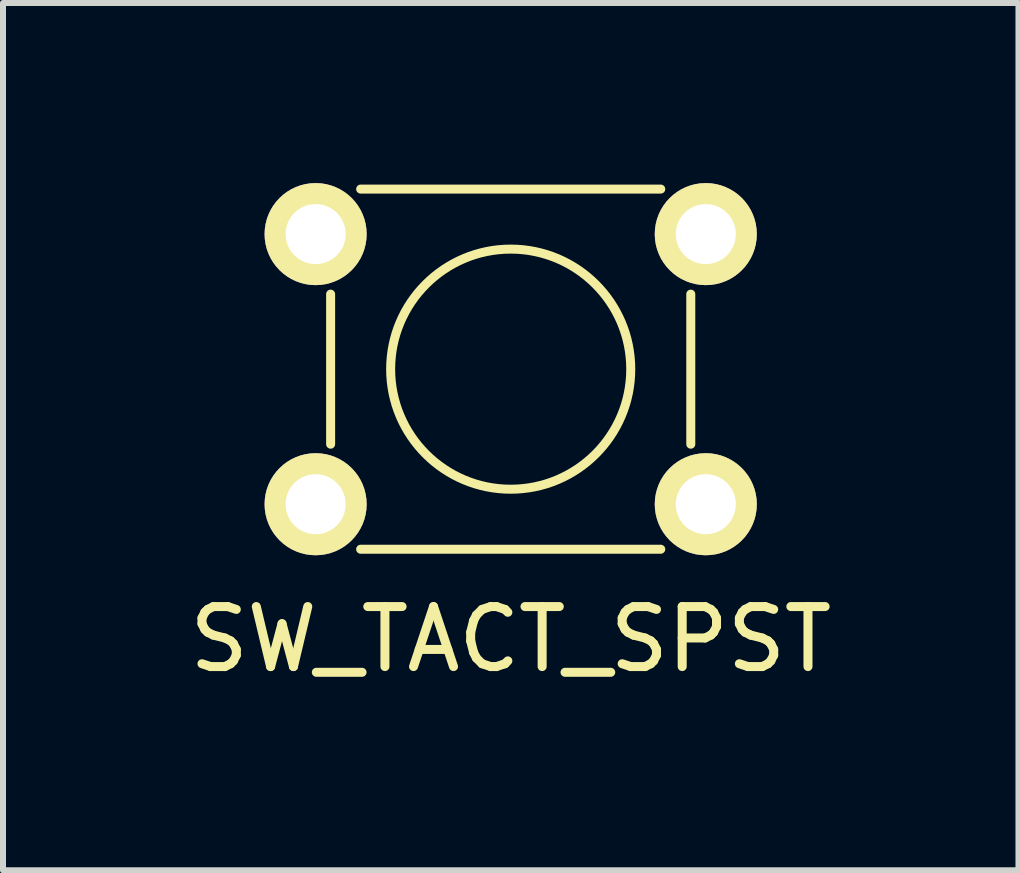
<source format=kicad_pcb>
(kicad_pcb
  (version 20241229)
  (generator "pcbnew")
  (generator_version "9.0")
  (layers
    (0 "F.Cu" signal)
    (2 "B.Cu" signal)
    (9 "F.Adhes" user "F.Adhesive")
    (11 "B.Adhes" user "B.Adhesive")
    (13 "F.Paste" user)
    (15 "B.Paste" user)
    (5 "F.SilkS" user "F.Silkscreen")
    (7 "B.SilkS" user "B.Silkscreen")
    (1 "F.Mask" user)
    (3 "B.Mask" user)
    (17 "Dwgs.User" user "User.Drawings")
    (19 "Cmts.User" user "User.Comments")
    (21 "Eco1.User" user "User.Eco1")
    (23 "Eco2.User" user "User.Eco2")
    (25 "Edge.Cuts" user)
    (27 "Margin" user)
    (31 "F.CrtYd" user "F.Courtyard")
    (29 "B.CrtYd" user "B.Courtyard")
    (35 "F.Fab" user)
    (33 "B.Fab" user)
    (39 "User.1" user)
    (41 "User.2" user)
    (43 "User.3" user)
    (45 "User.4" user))
  (footprint "SW_TACT_SPST"
    (layer "F.Cu")
    (at 5.458 3.1)
    (property "Reference" "SW_TACT_SPST" (at 0 4.5 0) (layer "F.SilkS") (effects (font (size 1 1) (thickness 0.15))))
    (attr through_hole)
    (fp_line (start -3 -1.25) (end -3 1.25) (stroke (width 0.15) (type solid)) (layer "F.SilkS"))
    (fp_line (start -2.5 -3) (end 2.5 -3) (stroke (width 0.15) (type solid)) (layer "F.SilkS"))
    (fp_line (start -2.5 3) (end 2.5 3) (stroke (width 0.15) (type solid)) (layer "F.SilkS"))
    (fp_line (start 3 1.25) (end 3 -1.25) (stroke (width 0.15) (type solid)) (layer "F.SilkS"))
    (fp_circle (center 0 0) (end 0 -2) (stroke (width 0.15) (type solid)) (fill no) (layer "F.SilkS"))
    (pad "1" thru_hole circle (at -3.25 -2.25) (size 1.7 1.7) (drill 1) (layers "*.Cu" "*.Mask" "F.SilkS"))
    (pad "1" thru_hole circle (at -3.25 2.25) (size 1.7 1.7) (drill 1) (layers "*.Cu" "*.Mask" "F.SilkS"))
    (pad "2" thru_hole circle (at 3.25 -2.25) (size 1.7 1.7) (drill 1) (layers "*.Cu" "*.Mask" "F.SilkS"))
    (pad "2" thru_hole circle (at 3.25 2.25) (size 1.7 1.7) (drill 1) (layers "*.Cu" "*.Mask" "F.SilkS")))
  (gr_rect
    (start -3 -3)
    (end 13.917 11.448)
    (stroke (width 0.1) (type default))
    (fill no)
    (layer "Edge.Cuts")))
</source>
